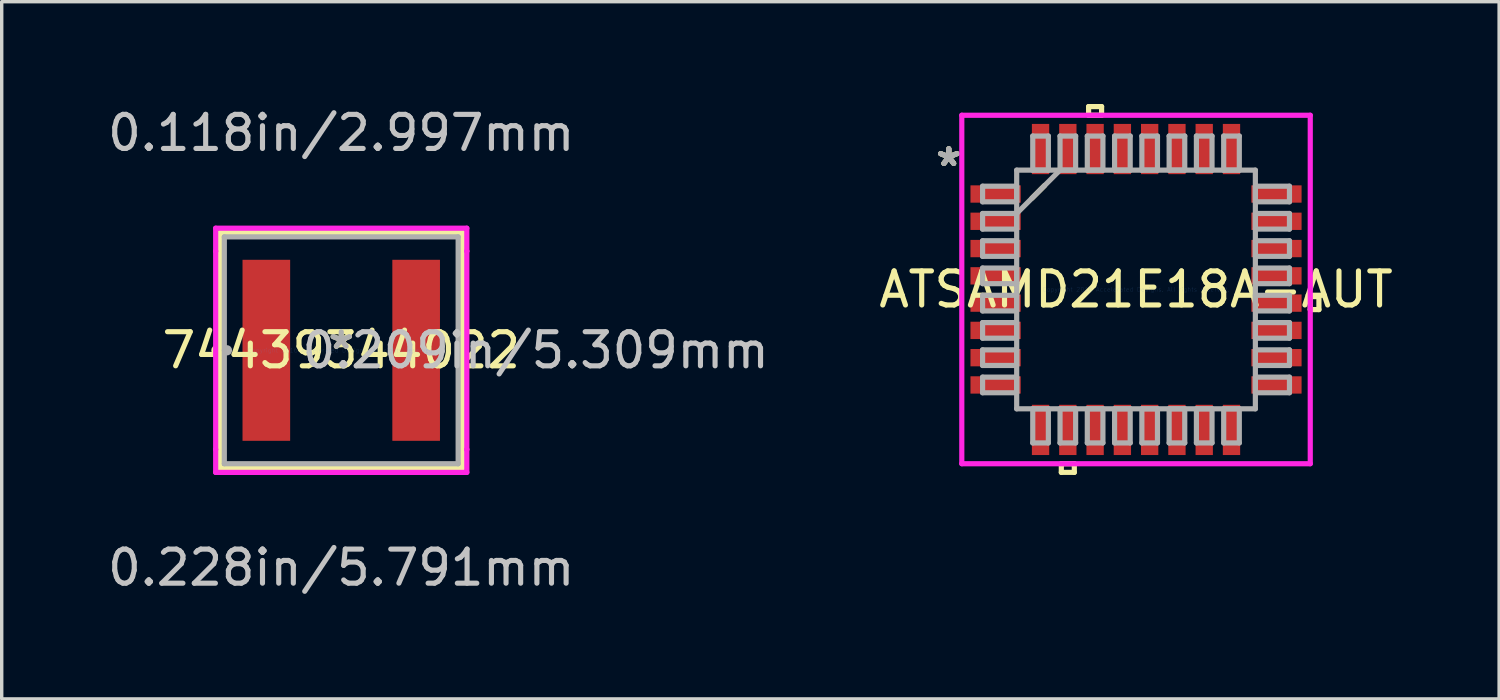
<source format=kicad_pcb>
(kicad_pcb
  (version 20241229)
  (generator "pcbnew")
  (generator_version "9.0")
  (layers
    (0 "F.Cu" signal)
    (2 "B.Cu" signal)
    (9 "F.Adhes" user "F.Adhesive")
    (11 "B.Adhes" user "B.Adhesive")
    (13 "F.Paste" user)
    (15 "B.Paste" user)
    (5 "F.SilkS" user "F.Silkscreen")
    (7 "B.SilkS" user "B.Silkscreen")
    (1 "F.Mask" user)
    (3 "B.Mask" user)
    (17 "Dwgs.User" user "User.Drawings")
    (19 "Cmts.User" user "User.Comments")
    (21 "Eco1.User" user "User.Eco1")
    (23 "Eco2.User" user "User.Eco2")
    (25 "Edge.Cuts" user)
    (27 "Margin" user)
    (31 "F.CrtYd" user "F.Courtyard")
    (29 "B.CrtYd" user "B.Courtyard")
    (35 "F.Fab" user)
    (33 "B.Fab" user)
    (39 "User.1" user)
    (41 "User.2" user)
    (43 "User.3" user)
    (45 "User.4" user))
  (footprint "ATSAMD21E18A-AUT"
    (layer "F.Cu")
    (at 30.268 5.44)
    (property "Reference" "ATSAMD21E18A-AUT" (at 0 0 0) (layer "F.SilkS") (effects (font (size 1 1) (thickness 0.15))))
    (attr through_hole)
    (fp_line (start -3.05 -2.68) (end -2.68 -3.05) (stroke (width 0.152) (type solid)) (layer "F.SilkS"))
    (fp_line (start -2.191 5.11) (end -2.191 5.364) (stroke (width 0.152) (type solid)) (layer "F.SilkS"))
    (fp_line (start -2.191 5.364) (end -1.81 5.364) (stroke (width 0.152) (type solid)) (layer "F.SilkS"))
    (fp_line (start -1.81 5.11) (end -2.191 5.11) (stroke (width 0.152) (type solid)) (layer "F.SilkS"))
    (fp_line (start -1.81 5.364) (end -1.81 5.11) (stroke (width 0.152) (type solid)) (layer "F.SilkS"))
    (fp_line (start -1.391 -5.364) (end -1.01 -5.364) (stroke (width 0.152) (type solid)) (layer "F.SilkS"))
    (fp_line (start -1.391 -5.11) (end -1.391 -5.364) (stroke (width 0.152) (type solid)) (layer "F.SilkS"))
    (fp_line (start -1.01 -5.364) (end -1.01 -5.11) (stroke (width 0.152) (type solid)) (layer "F.SilkS"))
    (fp_line (start -1.01 -5.11) (end -1.391 -5.11) (stroke (width 0.152) (type solid)) (layer "F.SilkS"))
    (fp_line (start 5.11 0.209) (end 5.364 0.209) (stroke (width 0.152) (type solid)) (layer "F.SilkS"))
    (fp_line (start 5.11 0.59) (end 5.11 0.209) (stroke (width 0.152) (type solid)) (layer "F.SilkS"))
    (fp_line (start 5.364 0.209) (end 5.364 0.59) (stroke (width 0.152) (type solid)) (layer "F.SilkS"))
    (fp_line (start 5.364 0.59) (end 5.11 0.59) (stroke (width 0.152) (type solid)) (layer "F.SilkS"))
    (fp_line (start -5.11 -5.11) (end 5.11 -5.11) (stroke (width 0.152) (type solid)) (layer "F.CrtYd"))
    (fp_line (start -5.11 5.11) (end -5.11 -5.11) (stroke (width 0.152) (type solid)) (layer "F.CrtYd"))
    (fp_line (start 5.11 -5.11) (end 5.11 5.11) (stroke (width 0.152) (type solid)) (layer "F.CrtYd"))
    (fp_line (start 5.11 5.11) (end -5.11 5.11) (stroke (width 0.152) (type solid)) (layer "F.CrtYd"))
    (fp_line (start -4.5 -3.029) (end -4.5 -2.571) (stroke (width 0.152) (type solid)) (layer "F.Fab"))
    (fp_line (start -4.5 -2.571) (end -3.5 -2.571) (stroke (width 0.152) (type solid)) (layer "F.Fab"))
    (fp_line (start -4.5 -2.229) (end -4.5 -1.771) (stroke (width 0.152) (type solid)) (layer "F.Fab"))
    (fp_line (start -4.5 -1.771) (end -3.5 -1.771) (stroke (width 0.152) (type solid)) (layer "F.Fab"))
    (fp_line (start -4.5 -1.429) (end -4.5 -0.971) (stroke (width 0.152) (type solid)) (layer "F.Fab"))
    (fp_line (start -4.5 -0.971) (end -3.5 -0.971) (stroke (width 0.152) (type solid)) (layer "F.Fab"))
    (fp_line (start -4.5 -0.629) (end -4.5 -0.171) (stroke (width 0.152) (type solid)) (layer "F.Fab"))
    (fp_line (start -4.5 -0.171) (end -3.5 -0.171) (stroke (width 0.152) (type solid)) (layer "F.Fab"))
    (fp_line (start -4.5 0.171) (end -4.5 0.629) (stroke (width 0.152) (type solid)) (layer "F.Fab"))
    (fp_line (start -4.5 0.629) (end -3.5 0.629) (stroke (width 0.152) (type solid)) (layer "F.Fab"))
    (fp_line (start -4.5 0.971) (end -4.5 1.429) (stroke (width 0.152) (type solid)) (layer "F.Fab"))
    (fp_line (start -4.5 1.429) (end -3.5 1.429) (stroke (width 0.152) (type solid)) (layer "F.Fab"))
    (fp_line (start -4.5 1.771) (end -4.5 2.229) (stroke (width 0.152) (type solid)) (layer "F.Fab"))
    (fp_line (start -4.5 2.229) (end -3.5 2.229) (stroke (width 0.152) (type solid)) (layer "F.Fab"))
    (fp_line (start -4.5 2.571) (end -4.5 3.029) (stroke (width 0.152) (type solid)) (layer "F.Fab"))
    (fp_line (start -4.5 3.029) (end -3.5 3.029) (stroke (width 0.152) (type solid)) (layer "F.Fab"))
    (fp_line (start -3.5 -3.5) (end -3.5 3.5) (stroke (width 0.152) (type solid)) (layer "F.Fab"))
    (fp_line (start -3.5 3.5) (end 3.5 3.5) (stroke (width 0.152) (type solid)) (layer "F.Fab"))
    (fp_line (start -3.5 -3.029) (end -4.5 -3.029) (stroke (width 0.152) (type solid)) (layer "F.Fab"))
    (fp_line (start -3.5 -2.571) (end -3.5 -3.029) (stroke (width 0.152) (type solid)) (layer "F.Fab"))
    (fp_line (start -3.5 -2.23) (end -2.23 -3.5) (stroke (width 0.152) (type solid)) (layer "F.Fab"))
    (fp_line (start -3.5 -2.229) (end -4.5 -2.229) (stroke (width 0.152) (type solid)) (layer "F.Fab"))
    (fp_line (start -3.5 -1.771) (end -3.5 -2.229) (stroke (width 0.152) (type solid)) (layer "F.Fab"))
    (fp_line (start -3.5 -1.429) (end -4.5 -1.429) (stroke (width 0.152) (type solid)) (layer "F.Fab"))
    (fp_line (start -3.5 -0.971) (end -3.5 -1.429) (stroke (width 0.152) (type solid)) (layer "F.Fab"))
    (fp_line (start -3.5 -0.629) (end -4.5 -0.629) (stroke (width 0.152) (type solid)) (layer "F.Fab"))
    (fp_line (start -3.5 -0.171) (end -3.5 -0.629) (stroke (width 0.152) (type solid)) (layer "F.Fab"))
    (fp_line (start -3.5 0.171) (end -4.5 0.171) (stroke (width 0.152) (type solid)) (layer "F.Fab"))
    (fp_line (start -3.5 0.629) (end -3.5 0.171) (stroke (width 0.152) (type solid)) (layer "F.Fab"))
    (fp_line (start -3.5 0.971) (end -4.5 0.971) (stroke (width 0.152) (type solid)) (layer "F.Fab"))
    (fp_line (start -3.5 1.429) (end -3.5 0.971) (stroke (width 0.152) (type solid)) (layer "F.Fab"))
    (fp_line (start -3.5 1.771) (end -4.5 1.771) (stroke (width 0.152) (type solid)) (layer "F.Fab"))
    (fp_line (start -3.5 2.229) (end -3.5 1.771) (stroke (width 0.152) (type solid)) (layer "F.Fab"))
    (fp_line (start -3.5 2.571) (end -4.5 2.571) (stroke (width 0.152) (type solid)) (layer "F.Fab"))
    (fp_line (start -3.5 3.029) (end -3.5 2.571) (stroke (width 0.152) (type solid)) (layer "F.Fab"))
    (fp_line (start -3.029 -4.5) (end -3.029 -3.5) (stroke (width 0.152) (type solid)) (layer "F.Fab"))
    (fp_line (start -3.029 -3.5) (end -2.571 -3.5) (stroke (width 0.152) (type solid)) (layer "F.Fab"))
    (fp_line (start -3.029 3.5) (end -3.029 4.5) (stroke (width 0.152) (type solid)) (layer "F.Fab"))
    (fp_line (start -3.029 4.5) (end -2.571 4.5) (stroke (width 0.152) (type solid)) (layer "F.Fab"))
    (fp_line (start -2.571 -4.5) (end -3.029 -4.5) (stroke (width 0.152) (type solid)) (layer "F.Fab"))
    (fp_line (start -2.571 -3.5) (end -2.571 -4.5) (stroke (width 0.152) (type solid)) (layer "F.Fab"))
    (fp_line (start -2.571 3.5) (end -3.029 3.5) (stroke (width 0.152) (type solid)) (layer "F.Fab"))
    (fp_line (start -2.571 4.5) (end -2.571 3.5) (stroke (width 0.152) (type solid)) (layer "F.Fab"))
    (fp_line (start -2.229 -4.5) (end -2.229 -3.5) (stroke (width 0.152) (type solid)) (layer "F.Fab"))
    (fp_line (start -2.229 -3.5) (end -1.771 -3.5) (stroke (width 0.152) (type solid)) (layer "F.Fab"))
    (fp_line (start -2.229 3.5) (end -2.229 4.5) (stroke (width 0.152) (type solid)) (layer "F.Fab"))
    (fp_line (start -2.229 4.5) (end -1.771 4.5) (stroke (width 0.152) (type solid)) (layer "F.Fab"))
    (fp_line (start -1.771 -4.5) (end -2.229 -4.5) (stroke (width 0.152) (type solid)) (layer "F.Fab"))
    (fp_line (start -1.771 -3.5) (end -1.771 -4.5) (stroke (width 0.152) (type solid)) (layer "F.Fab"))
    (fp_line (start -1.771 3.5) (end -2.229 3.5) (stroke (width 0.152) (type solid)) (layer "F.Fab"))
    (fp_line (start -1.771 4.5) (end -1.771 3.5) (stroke (width 0.152) (type solid)) (layer "F.Fab"))
    (fp_line (start -1.429 -4.5) (end -1.429 -3.5) (stroke (width 0.152) (type solid)) (layer "F.Fab"))
    (fp_line (start -1.429 -3.5) (end -0.971 -3.5) (stroke (width 0.152) (type solid)) (layer "F.Fab"))
    (fp_line (start -1.429 3.5) (end -1.429 4.5) (stroke (width 0.152) (type solid)) (layer "F.Fab"))
    (fp_line (start -1.429 4.5) (end -0.971 4.5) (stroke (width 0.152) (type solid)) (layer "F.Fab"))
    (fp_line (start -0.971 -4.5) (end -1.429 -4.5) (stroke (width 0.152) (type solid)) (layer "F.Fab"))
    (fp_line (start -0.971 -3.5) (end -0.971 -4.5) (stroke (width 0.152) (type solid)) (layer "F.Fab"))
    (fp_line (start -0.971 3.5) (end -1.429 3.5) (stroke (width 0.152) (type solid)) (layer "F.Fab"))
    (fp_line (start -0.971 4.5) (end -0.971 3.5) (stroke (width 0.152) (type solid)) (layer "F.Fab"))
    (fp_line (start -0.629 -4.5) (end -0.629 -3.5) (stroke (width 0.152) (type solid)) (layer "F.Fab"))
    (fp_line (start -0.629 -3.5) (end -0.171 -3.5) (stroke (width 0.152) (type solid)) (layer "F.Fab"))
    (fp_line (start -0.629 3.5) (end -0.629 4.5) (stroke (width 0.152) (type solid)) (layer "F.Fab"))
    (fp_line (start -0.629 4.5) (end -0.171 4.5) (stroke (width 0.152) (type solid)) (layer "F.Fab"))
    (fp_line (start -0.171 -4.5) (end -0.629 -4.5) (stroke (width 0.152) (type solid)) (layer "F.Fab"))
    (fp_line (start -0.171 -3.5) (end -0.171 -4.5) (stroke (width 0.152) (type solid)) (layer "F.Fab"))
    (fp_line (start -0.171 3.5) (end -0.629 3.5) (stroke (width 0.152) (type solid)) (layer "F.Fab"))
    (fp_line (start -0.171 4.5) (end -0.171 3.5) (stroke (width 0.152) (type solid)) (layer "F.Fab"))
    (fp_line (start 0.171 -4.5) (end 0.171 -3.5) (stroke (width 0.152) (type solid)) (layer "F.Fab"))
    (fp_line (start 0.171 -3.5) (end 0.629 -3.5) (stroke (width 0.152) (type solid)) (layer "F.Fab"))
    (fp_line (start 0.171 3.5) (end 0.171 4.5) (stroke (width 0.152) (type solid)) (layer "F.Fab"))
    (fp_line (start 0.171 4.5) (end 0.629 4.5) (stroke (width 0.152) (type solid)) (layer "F.Fab"))
    (fp_line (start 0.629 -4.5) (end 0.171 -4.5) (stroke (width 0.152) (type solid)) (layer "F.Fab"))
    (fp_line (start 0.629 -3.5) (end 0.629 -4.5) (stroke (width 0.152) (type solid)) (layer "F.Fab"))
    (fp_line (start 0.629 3.5) (end 0.171 3.5) (stroke (width 0.152) (type solid)) (layer "F.Fab"))
    (fp_line (start 0.629 4.5) (end 0.629 3.5) (stroke (width 0.152) (type solid)) (layer "F.Fab"))
    (fp_line (start 0.971 -4.5) (end 0.971 -3.5) (stroke (width 0.152) (type solid)) (layer "F.Fab"))
    (fp_line (start 0.971 -3.5) (end 1.429 -3.5) (stroke (width 0.152) (type solid)) (layer "F.Fab"))
    (fp_line (start 0.971 3.5) (end 0.971 4.5) (stroke (width 0.152) (type solid)) (layer "F.Fab"))
    (fp_line (start 0.971 4.5) (end 1.429 4.5) (stroke (width 0.152) (type solid)) (layer "F.Fab"))
    (fp_line (start 1.429 -4.5) (end 0.971 -4.5) (stroke (width 0.152) (type solid)) (layer "F.Fab"))
    (fp_line (start 1.429 -3.5) (end 1.429 -4.5) (stroke (width 0.152) (type solid)) (layer "F.Fab"))
    (fp_line (start 1.429 3.5) (end 0.971 3.5) (stroke (width 0.152) (type solid)) (layer "F.Fab"))
    (fp_line (start 1.429 4.5) (end 1.429 3.5) (stroke (width 0.152) (type solid)) (layer "F.Fab"))
    (fp_line (start 1.771 -4.5) (end 1.771 -3.5) (stroke (width 0.152) (type solid)) (layer "F.Fab"))
    (fp_line (start 1.771 -3.5) (end 2.229 -3.5) (stroke (width 0.152) (type solid)) (layer "F.Fab"))
    (fp_line (start 1.771 3.5) (end 1.771 4.5) (stroke (width 0.152) (type solid)) (layer "F.Fab"))
    (fp_line (start 1.771 4.5) (end 2.229 4.5) (stroke (width 0.152) (type solid)) (layer "F.Fab"))
    (fp_line (start 2.229 -4.5) (end 1.771 -4.5) (stroke (width 0.152) (type solid)) (layer "F.Fab"))
    (fp_line (start 2.229 -3.5) (end 2.229 -4.5) (stroke (width 0.152) (type solid)) (layer "F.Fab"))
    (fp_line (start 2.229 3.5) (end 1.771 3.5) (stroke (width 0.152) (type solid)) (layer "F.Fab"))
    (fp_line (start 2.229 4.5) (end 2.229 3.5) (stroke (width 0.152) (type solid)) (layer "F.Fab"))
    (fp_line (start 2.571 -4.5) (end 2.571 -3.5) (stroke (width 0.152) (type solid)) (layer "F.Fab"))
    (fp_line (start 2.571 -3.5) (end 3.029 -3.5) (stroke (width 0.152) (type solid)) (layer "F.Fab"))
    (fp_line (start 2.571 3.5) (end 2.571 4.5) (stroke (width 0.152) (type solid)) (layer "F.Fab"))
    (fp_line (start 2.571 4.5) (end 3.029 4.5) (stroke (width 0.152) (type solid)) (layer "F.Fab"))
    (fp_line (start 3.029 -4.5) (end 2.571 -4.5) (stroke (width 0.152) (type solid)) (layer "F.Fab"))
    (fp_line (start 3.029 -3.5) (end 3.029 -4.5) (stroke (width 0.152) (type solid)) (layer "F.Fab"))
    (fp_line (start 3.029 3.5) (end 2.571 3.5) (stroke (width 0.152) (type solid)) (layer "F.Fab"))
    (fp_line (start 3.029 4.5) (end 3.029 3.5) (stroke (width 0.152) (type solid)) (layer "F.Fab"))
    (fp_line (start 3.5 -3.029) (end 3.5 -2.571) (stroke (width 0.152) (type solid)) (layer "F.Fab"))
    (fp_line (start 3.5 -2.571) (end 4.5 -2.571) (stroke (width 0.152) (type solid)) (layer "F.Fab"))
    (fp_line (start 3.5 -2.229) (end 3.5 -1.771) (stroke (width 0.152) (type solid)) (layer "F.Fab"))
    (fp_line (start 3.5 -1.771) (end 4.5 -1.771) (stroke (width 0.152) (type solid)) (layer "F.Fab"))
    (fp_line (start 3.5 -1.429) (end 3.5 -0.971) (stroke (width 0.152) (type solid)) (layer "F.Fab"))
    (fp_line (start 3.5 -0.971) (end 4.5 -0.971) (stroke (width 0.152) (type solid)) (layer "F.Fab"))
    (fp_line (start 3.5 -0.629) (end 3.5 -0.171) (stroke (width 0.152) (type solid)) (layer "F.Fab"))
    (fp_line (start 3.5 -0.171) (end 4.5 -0.171) (stroke (width 0.152) (type solid)) (layer "F.Fab"))
    (fp_line (start 3.5 0.171) (end 3.5 0.629) (stroke (width 0.152) (type solid)) (layer "F.Fab"))
    (fp_line (start 3.5 0.629) (end 4.5 0.629) (stroke (width 0.152) (type solid)) (layer "F.Fab"))
    (fp_line (start 3.5 0.971) (end 3.5 1.429) (stroke (width 0.152) (type solid)) (layer "F.Fab"))
    (fp_line (start 3.5 1.429) (end 4.5 1.429) (stroke (width 0.152) (type solid)) (layer "F.Fab"))
    (fp_line (start 3.5 1.771) (end 3.5 2.229) (stroke (width 0.152) (type solid)) (layer "F.Fab"))
    (fp_line (start 3.5 2.229) (end 4.5 2.229) (stroke (width 0.152) (type solid)) (layer "F.Fab"))
    (fp_line (start 3.5 2.571) (end 3.5 3.029) (stroke (width 0.152) (type solid)) (layer "F.Fab"))
    (fp_line (start 3.5 3.029) (end 4.5 3.029) (stroke (width 0.152) (type solid)) (layer "F.Fab"))
    (fp_line (start 3.5 -3.5) (end -3.5 -3.5) (stroke (width 0.152) (type solid)) (layer "F.Fab"))
    (fp_line (start 3.5 3.5) (end 3.5 -3.5) (stroke (width 0.152) (type solid)) (layer "F.Fab"))
    (fp_line (start 4.5 -3.029) (end 3.5 -3.029) (stroke (width 0.152) (type solid)) (layer "F.Fab"))
    (fp_line (start 4.5 -2.571) (end 4.5 -3.029) (stroke (width 0.152) (type solid)) (layer "F.Fab"))
    (fp_line (start 4.5 -2.229) (end 3.5 -2.229) (stroke (width 0.152) (type solid)) (layer "F.Fab"))
    (fp_line (start 4.5 -1.771) (end 4.5 -2.229) (stroke (width 0.152) (type solid)) (layer "F.Fab"))
    (fp_line (start 4.5 -1.429) (end 3.5 -1.429) (stroke (width 0.152) (type solid)) (layer "F.Fab"))
    (fp_line (start 4.5 -0.971) (end 4.5 -1.429) (stroke (width 0.152) (type solid)) (layer "F.Fab"))
    (fp_line (start 4.5 -0.629) (end 3.5 -0.629) (stroke (width 0.152) (type solid)) (layer "F.Fab"))
    (fp_line (start 4.5 -0.171) (end 4.5 -0.629) (stroke (width 0.152) (type solid)) (layer "F.Fab"))
    (fp_line (start 4.5 0.171) (end 3.5 0.171) (stroke (width 0.152) (type solid)) (layer "F.Fab"))
    (fp_line (start 4.5 0.629) (end 4.5 0.171) (stroke (width 0.152) (type solid)) (layer "F.Fab"))
    (fp_line (start 4.5 0.971) (end 3.5 0.971) (stroke (width 0.152) (type solid)) (layer "F.Fab"))
    (fp_line (start 4.5 1.429) (end 4.5 0.971) (stroke (width 0.152) (type solid)) (layer "F.Fab"))
    (fp_line (start 4.5 1.771) (end 3.5 1.771) (stroke (width 0.152) (type solid)) (layer "F.Fab"))
    (fp_line (start 4.5 2.229) (end 4.5 1.771) (stroke (width 0.152) (type solid)) (layer "F.Fab"))
    (fp_line (start 4.5 2.571) (end 3.5 2.571) (stroke (width 0.152) (type solid)) (layer "F.Fab"))
    (fp_line (start 4.5 3.029) (end 4.5 2.571) (stroke (width 0.152) (type solid)) (layer "F.Fab"))
    (fp_text user "*" (at -5.491 -3.581 0) (layer "F.SilkS") (effects (font (size 1 1) (thickness 0.15))))
    (fp_text user "*" (at -5.491 -3.581 0) (layer "F.SilkS") (effects (font (size 1 1) (thickness 0.15))))
    (fp_text user "Copyright 2016 Accelerated Designs. All rights reserved." (at 0 0 0) (layer "Cmts.User") (effects (font (size 0.127 0.127) (thickness 0.002))))
    (fp_text user "*" (at -5.491 -3.581 0) (layer "F.Fab") (effects (font (size 1 1) (thickness 0.15))))
    (fp_text user "*" (at -5.491 -3.581 0) (layer "F.Fab") (effects (font (size 1 1) (thickness 0.15))))
    (pad "1" smd rect (at -4.119 -2.8 90) (size 0.508 1.473) (layers "F.Cu" "F.Mask" "F.Paste"))
    (pad "2" smd rect (at -4.119 -2 90) (size 0.508 1.473) (layers "F.Cu" "F.Mask" "F.Paste"))
    (pad "3" smd rect (at -4.119 -1.2 90) (size 0.508 1.473) (layers "F.Cu" "F.Mask" "F.Paste"))
    (pad "4" smd rect (at -4.119 -0.4 90) (size 0.508 1.473) (layers "F.Cu" "F.Mask" "F.Paste"))
    (pad "5" smd rect (at -4.119 0.4 90) (size 0.508 1.473) (layers "F.Cu" "F.Mask" "F.Paste"))
    (pad "6" smd rect (at -4.119 1.2 90) (size 0.508 1.473) (layers "F.Cu" "F.Mask" "F.Paste"))
    (pad "7" smd rect (at -4.119 2 90) (size 0.508 1.473) (layers "F.Cu" "F.Mask" "F.Paste"))
    (pad "8" smd rect (at -4.119 2.8 90) (size 0.508 1.473) (layers "F.Cu" "F.Mask" "F.Paste"))
    (pad "9" smd rect (at -2.8 4.119) (size 0.508 1.473) (layers "F.Cu" "F.Mask" "F.Paste"))
    (pad "10" smd rect (at -2 4.119) (size 0.508 1.473) (layers "F.Cu" "F.Mask" "F.Paste"))
    (pad "11" smd rect (at -1.2 4.119) (size 0.508 1.473) (layers "F.Cu" "F.Mask" "F.Paste"))
    (pad "12" smd rect (at -0.4 4.119) (size 0.508 1.473) (layers "F.Cu" "F.Mask" "F.Paste"))
    (pad "13" smd rect (at 0.4 4.119) (size 0.508 1.473) (layers "F.Cu" "F.Mask" "F.Paste"))
    (pad "14" smd rect (at 1.2 4.119) (size 0.508 1.473) (layers "F.Cu" "F.Mask" "F.Paste"))
    (pad "15" smd rect (at 2 4.119) (size 0.508 1.473) (layers "F.Cu" "F.Mask" "F.Paste"))
    (pad "16" smd rect (at 2.8 4.119) (size 0.508 1.473) (layers "F.Cu" "F.Mask" "F.Paste"))
    (pad "17" smd rect (at 4.119 2.8 90) (size 0.508 1.473) (layers "F.Cu" "F.Mask" "F.Paste"))
    (pad "18" smd rect (at 4.119 2 90) (size 0.508 1.473) (layers "F.Cu" "F.Mask" "F.Paste"))
    (pad "19" smd rect (at 4.119 1.2 90) (size 0.508 1.473) (layers "F.Cu" "F.Mask" "F.Paste"))
    (pad "20" smd rect (at 4.119 0.4 90) (size 0.508 1.473) (layers "F.Cu" "F.Mask" "F.Paste"))
    (pad "21" smd rect (at 4.119 -0.4 90) (size 0.508 1.473) (layers "F.Cu" "F.Mask" "F.Paste"))
    (pad "22" smd rect (at 4.119 -1.2 90) (size 0.508 1.473) (layers "F.Cu" "F.Mask" "F.Paste"))
    (pad "23" smd rect (at 4.119 -2 90) (size 0.508 1.473) (layers "F.Cu" "F.Mask" "F.Paste"))
    (pad "24" smd rect (at 4.119 -2.8 90) (size 0.508 1.473) (layers "F.Cu" "F.Mask" "F.Paste"))
    (pad "25" smd rect (at 2.8 -4.119) (size 0.508 1.473) (layers "F.Cu" "F.Mask" "F.Paste"))
    (pad "26" smd rect (at 2 -4.119) (size 0.508 1.473) (layers "F.Cu" "F.Mask" "F.Paste"))
    (pad "27" smd rect (at 1.2 -4.119) (size 0.508 1.473) (layers "F.Cu" "F.Mask" "F.Paste"))
    (pad "28" smd rect (at 0.4 -4.119) (size 0.508 1.473) (layers "F.Cu" "F.Mask" "F.Paste"))
    (pad "29" smd rect (at -0.4 -4.119) (size 0.508 1.473) (layers "F.Cu" "F.Mask" "F.Paste"))
    (pad "30" smd rect (at -1.2 -4.119) (size 0.508 1.473) (layers "F.Cu" "F.Mask" "F.Paste"))
    (pad "31" smd rect (at -2 -4.119) (size 0.508 1.473) (layers "F.Cu" "F.Mask" "F.Paste"))
    (pad "32" smd rect (at -2.8 -4.119) (size 0.508 1.473) (layers "F.Cu" "F.Mask" "F.Paste")))
  (footprint "74439344022"
    (layer "F.Cu")
    (at 6.958 7.224)
    (property "Reference" "74439344022" (at 0 0 0) (layer "F.SilkS") (effects (font (size 1 1) (thickness 0.15))))
    (attr through_hole)
    (fp_line (start -3.556 -3.454) (end -3.556 3.454) (stroke (width 0.152) (type solid)) (layer "F.SilkS"))
    (fp_line (start -3.556 3.454) (end 3.556 3.454) (stroke (width 0.152) (type solid)) (layer "F.SilkS"))
    (fp_line (start 3.556 -3.454) (end -3.556 -3.454) (stroke (width 0.152) (type solid)) (layer "F.SilkS"))
    (fp_line (start 3.556 3.454) (end 3.556 -3.454) (stroke (width 0.152) (type solid)) (layer "F.SilkS"))
    (fp_circle (center -3.658 0) (end -3.581 0) (stroke (width 0.152) (type solid)) (fill no) (layer "F.SilkS"))
    (fp_line (start -3.683 -3.581) (end 3.683 -3.581) (stroke (width 0.152) (type solid)) (layer "F.CrtYd"))
    (fp_line (start -3.683 -2.908) (end -3.683 -3.581) (stroke (width 0.152) (type solid)) (layer "F.CrtYd"))
    (fp_line (start -3.683 -2.908) (end -3.683 -2.908) (stroke (width 0.152) (type solid)) (layer "F.CrtYd"))
    (fp_line (start -3.683 2.908) (end -3.683 -2.908) (stroke (width 0.152) (type solid)) (layer "F.CrtYd"))
    (fp_line (start -3.683 2.908) (end -3.683 2.908) (stroke (width 0.152) (type solid)) (layer "F.CrtYd"))
    (fp_line (start -3.683 3.581) (end -3.683 2.908) (stroke (width 0.152) (type solid)) (layer "F.CrtYd"))
    (fp_line (start 3.683 -3.581) (end 3.683 -2.908) (stroke (width 0.152) (type solid)) (layer "F.CrtYd"))
    (fp_line (start 3.683 -2.908) (end 3.683 -2.908) (stroke (width 0.152) (type solid)) (layer "F.CrtYd"))
    (fp_line (start 3.683 -2.908) (end 3.683 2.908) (stroke (width 0.152) (type solid)) (layer "F.CrtYd"))
    (fp_line (start 3.683 2.908) (end 3.683 2.908) (stroke (width 0.152) (type solid)) (layer "F.CrtYd"))
    (fp_line (start 3.683 2.908) (end 3.683 3.581) (stroke (width 0.152) (type solid)) (layer "F.CrtYd"))
    (fp_line (start 3.683 3.581) (end -3.683 3.581) (stroke (width 0.152) (type solid)) (layer "F.CrtYd"))
    (fp_line (start -3.429 -3.327) (end -3.429 3.327) (stroke (width 0.152) (type solid)) (layer "F.Fab"))
    (fp_line (start -3.429 3.327) (end 3.429 3.327) (stroke (width 0.152) (type solid)) (layer "F.Fab"))
    (fp_line (start 3.429 -3.327) (end -3.429 -3.327) (stroke (width 0.152) (type solid)) (layer "F.Fab"))
    (fp_line (start 3.429 3.327) (end 3.429 -3.327) (stroke (width 0.152) (type solid)) (layer "F.Fab"))
    (fp_circle (center -3.353 0) (end -3.277 0) (stroke (width 0.152) (type solid)) (fill no) (layer "F.Fab"))
    (fp_text user "*" (at 0 0 0) (layer "F.SilkS") (effects (font (size 1 1) (thickness 0.15))))
    (fp_text user "0.228in/5.791mm" (at 0 6.375 0) (layer "Dwgs.User") (effects (font (size 1 1) (thickness 0.15))))
    (fp_text user "0.118in/2.997mm" (at 0 -6.375 0) (layer "Dwgs.User") (effects (font (size 1 1) (thickness 0.15))))
    (fp_text user "0.209in/5.309mm" (at 5.702 0 0) (layer "Dwgs.User") (effects (font (size 1 1) (thickness 0.15))))
    (fp_text user "Copyright 2016 Accelerated Designs. All rights reserved." (at 0 0 0) (layer "Cmts.User") (effects (font (size 0.127 0.127) (thickness 0.002))))
    (fp_text user "*" (at 0 0 0) (layer "F.Fab") (effects (font (size 1 1) (thickness 0.15))))
    (pad "1" smd rect (at -2.197 0) (size 1.397 5.309) (layers "F.Cu" "F.Mask" "F.Paste"))
    (pad "2" smd rect (at 2.197 0) (size 1.397 5.309) (layers "F.Cu" "F.Mask" "F.Paste")))
  (gr_rect
    (start -3 -3)
    (end 40.917 17.447)
    (stroke (width 0.1) (type default))
    (fill no)
    (layer "Edge.Cuts")))
</source>
